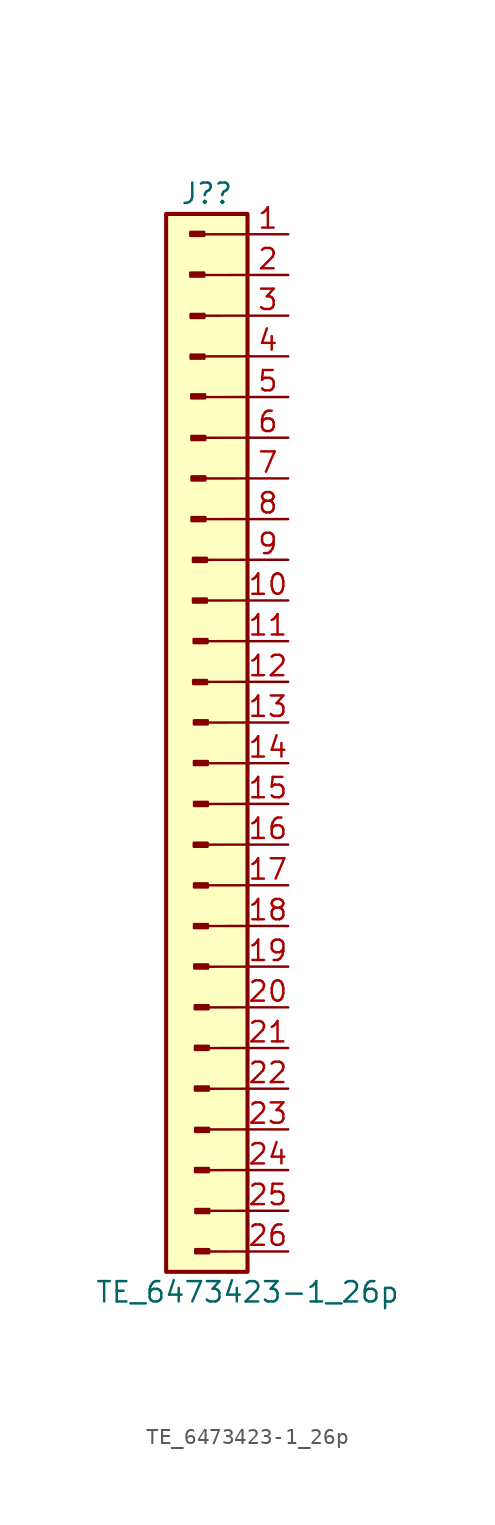
<source format=kicad_sym>
(kicad_symbol_lib
  (version 20211014)
  (generator kicad_symbol_editor)
  (symbol "TE_6473423-1_26p"
    (property "Reference" "J?"
      (at -2.54 2.54 0)
      (effects (font (size 1.27 1.27))))
    (property "Value" "TE_6473423-1_26p"
      (at 0 -66.04 0)
      (effects (font (size 1.27 1.27))))
    (symbol "TE_6473423-1_26p_0_1"
      (rectangle (start -5.08 1.27) (end 0 -64.77) (stroke (width 0.254) (type default) (color 0 0 0 0)) (fill (type background)))
      (polyline (pts (xy 0 -63.5) (xy -2.64 -63.503)) (stroke (width 0) (type default) (color 0 0 0 0)) (fill (type none)))
      (polyline (pts (xy 0 -60.96) (xy -2.64 -60.963)) (stroke (width 0) (type default) (color 0 0 0 0)) (fill (type none)))
      (polyline (pts (xy 0 -58.42) (xy -2.64 -58.423)) (stroke (width 0) (type default) (color 0 0 0 0)) (fill (type none)))
      (polyline (pts (xy 0 -55.88) (xy -2.64 -55.883)) (stroke (width 0) (type default) (color 0 0 0 0)) (fill (type none)))
      (polyline (pts (xy 0 -53.34) (xy -2.64 -53.343)) (stroke (width 0) (type default) (color 0 0 0 0)) (fill (type none)))
      (polyline (pts (xy 0 -50.8) (xy -2.64 -50.803)) (stroke (width 0) (type default) (color 0 0 0 0)) (fill (type none)))
      (polyline (pts (xy 0 -48.26) (xy -2.64 -48.263)) (stroke (width 0) (type default) (color 0 0 0 0)) (fill (type none)))
      (polyline (pts (xy 0 -45.72) (xy -2.64 -45.723)) (stroke (width 0) (type default) (color 0 0 0 0)) (fill (type none)))
      (polyline (pts (xy 0 -43.18) (xy -2.64 -43.183)) (stroke (width 0) (type default) (color 0 0 0 0)) (fill (type none)))
      (polyline (pts (xy 0 -40.64) (xy -2.64 -40.643)) (stroke (width 0) (type default) (color 0 0 0 0)) (fill (type none)))
      (polyline (pts (xy 0 -38.1) (xy -2.64 -38.103)) (stroke (width 0) (type default) (color 0 0 0 0)) (fill (type none)))
      (polyline (pts (xy 0 -35.56) (xy -2.64 -35.563)) (stroke (width 0) (type default) (color 0 0 0 0)) (fill (type none)))
      (polyline (pts (xy 0 -33.02) (xy -2.64 -33.023)) (stroke (width 0) (type default) (color 0 0 0 0)) (fill (type none)))
      (polyline (pts (xy 0 -30.48) (xy -2.64 -30.483)) (stroke (width 0) (type default) (color 0 0 0 0)) (fill (type none)))
      (polyline (pts (xy 0 -27.94) (xy -2.64 -27.943)) (stroke (width 0) (type default) (color 0 0 0 0)) (fill (type none)))
      (polyline (pts (xy 0 -25.4) (xy -2.64 -25.403)) (stroke (width 0) (type default) (color 0 0 0 0)) (fill (type none)))
      (polyline (pts (xy 0 -22.86) (xy -2.64 -22.863)) (stroke (width 0) (type default) (color 0 0 0 0)) (fill (type none)))
      (polyline (pts (xy 0 -20.32) (xy -2.64 -20.323)) (stroke (width 0) (type default) (color 0 0 0 0)) (fill (type none)))
      (polyline (pts (xy 0 -17.78) (xy -2.64 -17.783)) (stroke (width 0) (type default) (color 0 0 0 0)) (fill (type none)))
      (polyline (pts (xy 0 -15.24) (xy -2.64 -15.243)) (stroke (width 0) (type default) (color 0 0 0 0)) (fill (type none)))
      (polyline (pts (xy 0 -12.7) (xy -2.64 -12.703)) (stroke (width 0) (type default) (color 0 0 0 0)) (fill (type none)))
      (polyline (pts (xy 0 -10.16) (xy -2.64 -10.163)) (stroke (width 0) (type default) (color 0 0 0 0)) (fill (type none)))
      (polyline (pts (xy 0 -7.62) (xy -2.64 -7.623)) (stroke (width 0) (type default) (color 0 0 0 0)) (fill (type none)))
      (polyline (pts (xy 0 -5.08) (xy -2.64 -5.083)) (stroke (width 0) (type default) (color 0 0 0 0)) (fill (type none)))
      (polyline (pts (xy 0 -2.54) (xy -2.64 -2.543)) (stroke (width 0) (type default) (color 0 0 0 0)) (fill (type none)))
      (polyline (pts (xy 0 0) (xy -2.64 -0.003)) (stroke (width 0) (type default) (color 0 0 0 0)) (fill (type none))))
    (symbol "TE_6473423-1_26p_1_1"
      (rectangle (start -2.705 -2.389) (end -3.569 -2.643) (stroke (width 0.152) (type default) (color 0 0 0 0)) (fill (type outline)))
      (rectangle (start -2.705 0.15) (end -3.569 -0.103) (stroke (width 0.152) (type default) (color 0 0 0 0)) (fill (type outline)))
      (rectangle (start -2.691 -7.513) (end -3.554 -7.766) (stroke (width 0.152) (type default) (color 0 0 0 0)) (fill (type outline)))
      (rectangle (start -2.691 -4.973) (end -3.554 -5.226) (stroke (width 0.152) (type default) (color 0 0 0 0)) (fill (type outline)))
      (rectangle (start -2.648 -9.991) (end -3.511 -10.245) (stroke (width 0.152) (type default) (color 0 0 0 0)) (fill (type outline)))
      (rectangle (start -2.638 -12.591) (end -3.501 -12.845) (stroke (width 0.152) (type default) (color 0 0 0 0)) (fill (type outline)))
      (rectangle (start -2.633 -17.654) (end -3.496 -17.908) (stroke (width 0.152) (type default) (color 0 0 0 0)) (fill (type outline)))
      (rectangle (start -2.633 -15.114) (end -3.496 -15.368) (stroke (width 0.152) (type default) (color 0 0 0 0)) (fill (type outline)))
      (rectangle (start -2.539 -22.74) (end -3.403 -22.994) (stroke (width 0.152) (type default) (color 0 0 0 0)) (fill (type outline)))
      (rectangle (start -2.539 -20.2) (end -3.403 -20.454) (stroke (width 0.152) (type default) (color 0 0 0 0)) (fill (type outline)))
      (rectangle (start -2.53 -27.826) (end -3.394 -28.079) (stroke (width 0.152) (type default) (color 0 0 0 0)) (fill (type outline)))
      (rectangle (start -2.498 -25.27) (end -3.362 -25.524) (stroke (width 0.152) (type default) (color 0 0 0 0)) (fill (type outline)))
      (rectangle (start -2.491 -37.983) (end -3.355 -38.237) (stroke (width 0.152) (type default) (color 0 0 0 0)) (fill (type outline)))
      (rectangle (start -2.481 -32.882) (end -3.345 -33.136) (stroke (width 0.152) (type default) (color 0 0 0 0)) (fill (type outline)))
      (rectangle (start -2.481 -30.342) (end -3.345 -30.596) (stroke (width 0.152) (type default) (color 0 0 0 0)) (fill (type outline)))
      (rectangle (start -2.476 -43.061) (end -3.34 -43.315) (stroke (width 0.152) (type default) (color 0 0 0 0)) (fill (type outline)))
      (rectangle (start -2.476 -40.521) (end -3.34 -40.775) (stroke (width 0.152) (type default) (color 0 0 0 0)) (fill (type outline)))
      (rectangle (start -2.473 -35.434) (end -3.337 -35.688) (stroke (width 0.152) (type default) (color 0 0 0 0)) (fill (type outline)))
      (rectangle (start -2.46 -45.582) (end -3.324 -45.836) (stroke (width 0.152) (type default) (color 0 0 0 0)) (fill (type outline)))
      (rectangle (start -2.43 -48.127) (end -3.293 -48.381) (stroke (width 0.152) (type default) (color 0 0 0 0)) (fill (type outline)))
      (rectangle (start -2.419 -53.202) (end -3.282 -53.456) (stroke (width 0.152) (type default) (color 0 0 0 0)) (fill (type outline)))
      (rectangle (start -2.419 -50.662) (end -3.282 -50.916) (stroke (width 0.152) (type default) (color 0 0 0 0)) (fill (type outline)))
      (rectangle (start -2.41 -58.292) (end -3.274 -58.546) (stroke (width 0.152) (type default) (color 0 0 0 0)) (fill (type outline)))
      (rectangle (start -2.404 -55.785) (end -3.267 -56.039) (stroke (width 0.152) (type default) (color 0 0 0 0)) (fill (type outline)))
      (rectangle (start -2.397 -63.357) (end -3.26 -63.611) (stroke (width 0.152) (type default) (color 0 0 0 0)) (fill (type outline)))
      (rectangle (start -2.39 -60.85) (end -3.254 -61.104) (stroke (width 0.152) (type default) (color 0 0 0 0)) (fill (type outline)))
      (pin bidirectional line (at 2.54 0 180) (length 2.54) (name "" (effects (font (size 1.27 1.27)))) (number "1" (effects (font (size 1.27 1.27)))))
      (pin bidirectional line (at 2.54 -22.86 180) (length 2.54) (name "" (effects (font (size 1.27 1.27)))) (number "10" (effects (font (size 1.27 1.27)))))
      (pin bidirectional line (at 2.54 -25.4 180) (length 2.54) (name "" (effects (font (size 1.27 1.27)))) (number "11" (effects (font (size 1.27 1.27)))))
      (pin bidirectional line (at 2.54 -27.94 180) (length 2.54) (name "" (effects (font (size 1.27 1.27)))) (number "12" (effects (font (size 1.27 1.27)))))
      (pin bidirectional line (at 2.54 -30.48 180) (length 2.54) (name "" (effects (font (size 1.27 1.27)))) (number "13" (effects (font (size 1.27 1.27)))))
      (pin bidirectional line (at 2.54 -33.02 180) (length 2.54) (name "" (effects (font (size 1.27 1.27)))) (number "14" (effects (font (size 1.27 1.27)))))
      (pin bidirectional line (at 2.54 -35.56 180) (length 2.54) (name "" (effects (font (size 1.27 1.27)))) (number "15" (effects (font (size 1.27 1.27)))))
      (pin bidirectional line (at 2.54 -38.1 180) (length 2.54) (name "" (effects (font (size 1.27 1.27)))) (number "16" (effects (font (size 1.27 1.27)))))
      (pin bidirectional line (at 2.54 -40.64 180) (length 2.54) (name "" (effects (font (size 1.27 1.27)))) (number "17" (effects (font (size 1.27 1.27)))))
      (pin bidirectional line (at 2.54 -43.18 180) (length 2.54) (name "" (effects (font (size 1.27 1.27)))) (number "18" (effects (font (size 1.27 1.27)))))
      (pin bidirectional line (at 2.54 -45.72 180) (length 2.54) (name "" (effects (font (size 1.27 1.27)))) (number "19" (effects (font (size 1.27 1.27)))))
      (pin bidirectional line (at 2.54 -2.54 180) (length 2.54) (name "" (effects (font (size 1.27 1.27)))) (number "2" (effects (font (size 1.27 1.27)))))
      (pin bidirectional line (at 2.54 -48.26 180) (length 2.54) (name "" (effects (font (size 1.27 1.27)))) (number "20" (effects (font (size 1.27 1.27)))))
      (pin bidirectional line (at 2.54 -50.8 180) (length 2.54) (name "" (effects (font (size 1.27 1.27)))) (number "21" (effects (font (size 1.27 1.27)))))
      (pin bidirectional line (at 2.54 -53.34 180) (length 2.54) (name "" (effects (font (size 1.27 1.27)))) (number "22" (effects (font (size 1.27 1.27)))))
      (pin bidirectional line (at 2.54 -55.88 180) (length 2.54) (name "" (effects (font (size 1.27 1.27)))) (number "23" (effects (font (size 1.27 1.27)))))
      (pin bidirectional line (at 2.54 -58.42 180) (length 2.54) (name "" (effects (font (size 1.27 1.27)))) (number "24" (effects (font (size 1.27 1.27)))))
      (pin bidirectional line (at 2.54 -60.96 180) (length 2.54) (name "" (effects (font (size 1.27 1.27)))) (number "25" (effects (font (size 1.27 1.27)))))
      (pin bidirectional line (at 2.54 -63.5 180) (length 2.54) (name "" (effects (font (size 1.27 1.27)))) (number "26" (effects (font (size 1.27 1.27)))))
      (pin bidirectional line (at 2.54 -5.08 180) (length 2.54) (name "" (effects (font (size 1.27 1.27)))) (number "3" (effects (font (size 1.27 1.27)))))
      (pin bidirectional line (at 2.54 -7.62 180) (length 2.54) (name "" (effects (font (size 1.27 1.27)))) (number "4" (effects (font (size 1.27 1.27)))))
      (pin bidirectional line (at 2.54 -10.16 180) (length 2.54) (name "" (effects (font (size 1.27 1.27)))) (number "5" (effects (font (size 1.27 1.27)))))
      (pin bidirectional line (at 2.54 -12.7 180) (length 2.54) (name "" (effects (font (size 1.27 1.27)))) (number "6" (effects (font (size 1.27 1.27)))))
      (pin bidirectional line (at 2.54 -15.24 180) (length 2.54) (name "" (effects (font (size 1.27 1.27)))) (number "7" (effects (font (size 1.27 1.27)))))
      (pin bidirectional line (at 2.54 -17.78 180) (length 2.54) (name "" (effects (font (size 1.27 1.27)))) (number "8" (effects (font (size 1.27 1.27)))))
      (pin bidirectional line (at 2.54 -20.32 180) (length 2.54) (name "" (effects (font (size 1.27 1.27)))) (number "9" (effects (font (size 1.27 1.27))))))))
</source>
